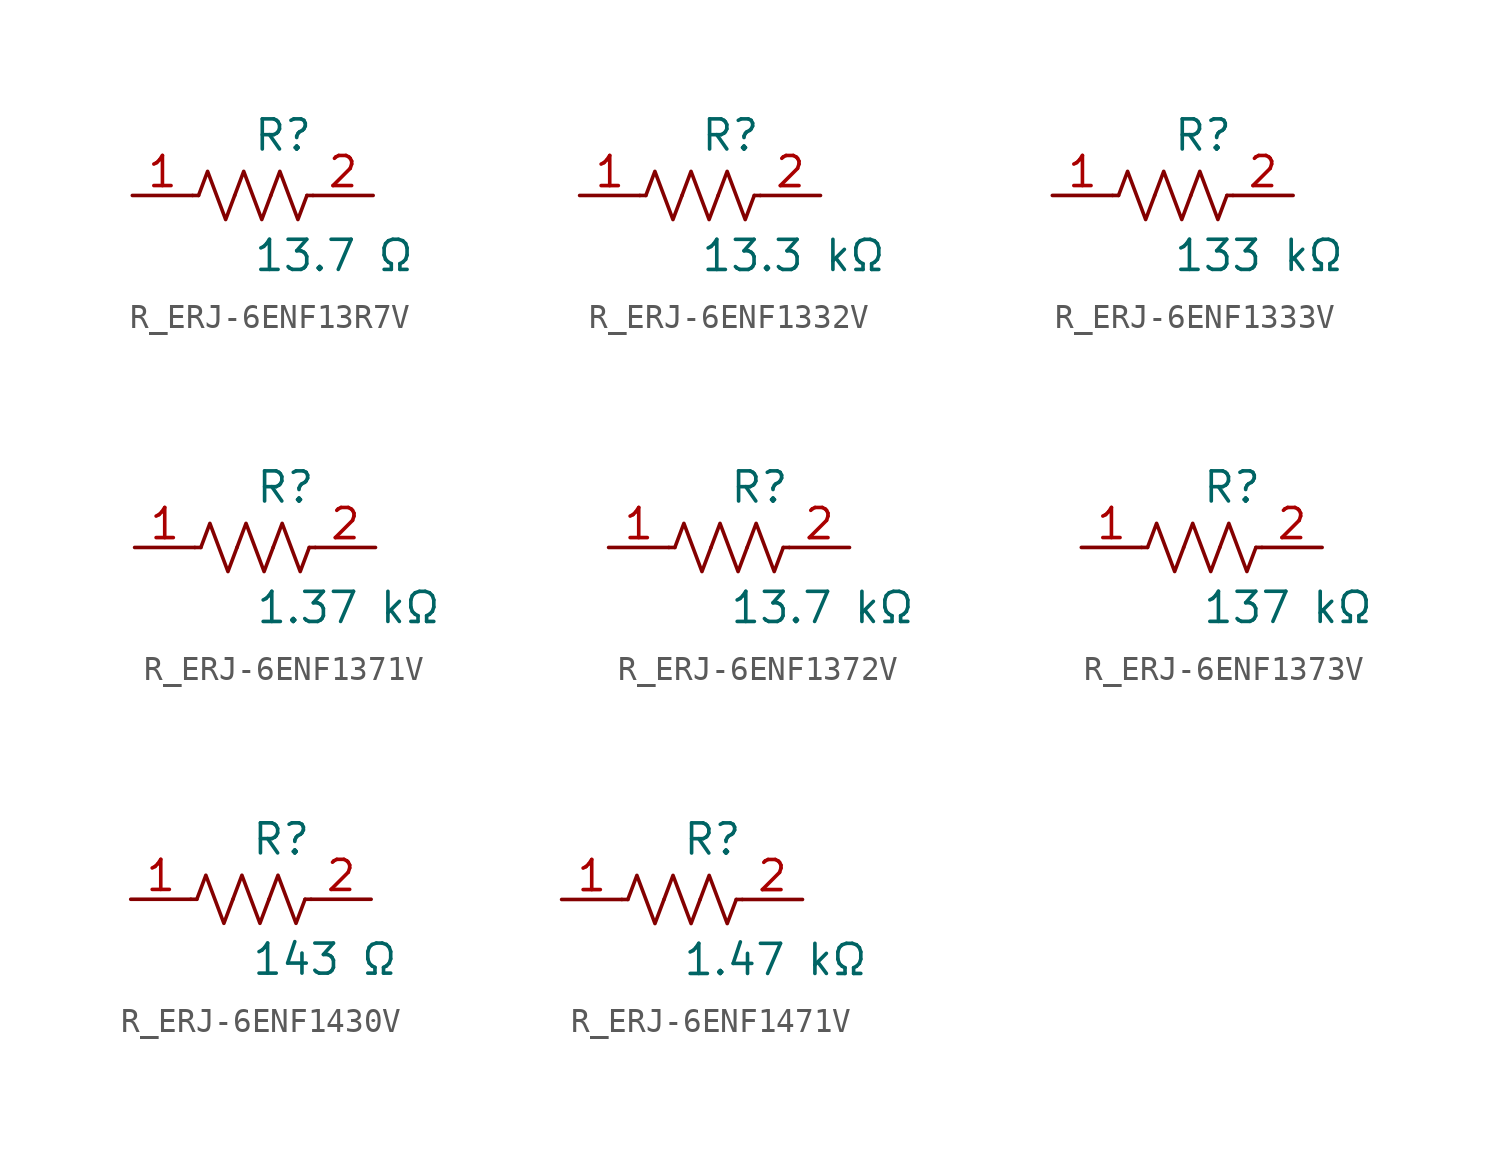
<source format=kicad_sym>
(kicad_symbol_lib
  (version 20231120)
  (generator kicad_symbol_editor)
  (generator_version 8.0)
  (symbol "R_ERJ-6ENF13R7V"
    (pin_names
      (offset 0.254))
    (property "Reference" "R"
      (at 0.0 2.54 0)
      (effects (font (size 1.27 1.27)) (justify left)))
    (property "Value" "13.7 Ω"
      (at 0.0 -2.54 0)
      (effects (font (size 1.27 1.27)) (justify left)))
    (symbol "R_ERJ-6ENF13R7V_0_1"
      (polyline (pts (xy 2.286 0) (xy 2.54 0)) (stroke (width 0) (type default)) (fill (type none)))
      (polyline (pts (xy -2.286 0) (xy -2.54 0)) (stroke (width 0) (type default)) (fill (type none)))
      (polyline (pts (xy 0.762 0) (xy 1.143 1.016) (xy 1.524 0) (xy 1.905 -1.016) (xy 2.286 0)) (stroke (width 0) (type default)) (fill (type none)))
      (polyline (pts (xy -0.762 0) (xy -0.381 1.016) (xy 0 0) (xy 0.381 -1.016) (xy 0.762 0)) (stroke (width 0) (type default)) (fill (type none)))
      (polyline (pts (xy -2.286 0) (xy -1.905 1.016) (xy -1.524 0) (xy -1.143 -1.016) (xy -0.762 0)) (stroke (width 0) (type default)) (fill (type none))))
    (pin unspecified line
      (at -5.08 0 0)
      (length 2.54)
      (name "" (effects (font (size 1.27 1.27))))
      (number "1" (effects (font (size 1.27 1.27)))))
    (pin unspecified line
      (at 5.08 0 180)
      (length 2.54)
      (name "" (effects (font (size 1.27 1.27))))
      (number "2" (effects (font (size 1.27 1.27))))))
  (symbol "R_ERJ-6ENF1332V"
    (pin_names
      (offset 0.254))
    (property "Reference" "R"
      (at 0.0 2.54 0)
      (effects (font (size 1.27 1.27)) (justify left)))
    (property "Value" "13.3 kΩ"
      (at 0.0 -2.54 0)
      (effects (font (size 1.27 1.27)) (justify left)))
    (symbol "R_ERJ-6ENF1332V_0_1"
      (polyline (pts (xy 2.286 0) (xy 2.54 0)) (stroke (width 0) (type default)) (fill (type none)))
      (polyline (pts (xy -2.286 0) (xy -2.54 0)) (stroke (width 0) (type default)) (fill (type none)))
      (polyline (pts (xy 0.762 0) (xy 1.143 1.016) (xy 1.524 0) (xy 1.905 -1.016) (xy 2.286 0)) (stroke (width 0) (type default)) (fill (type none)))
      (polyline (pts (xy -0.762 0) (xy -0.381 1.016) (xy 0 0) (xy 0.381 -1.016) (xy 0.762 0)) (stroke (width 0) (type default)) (fill (type none)))
      (polyline (pts (xy -2.286 0) (xy -1.905 1.016) (xy -1.524 0) (xy -1.143 -1.016) (xy -0.762 0)) (stroke (width 0) (type default)) (fill (type none))))
    (pin unspecified line
      (at -5.08 0 0)
      (length 2.54)
      (name "" (effects (font (size 1.27 1.27))))
      (number "1" (effects (font (size 1.27 1.27)))))
    (pin unspecified line
      (at 5.08 0 180)
      (length 2.54)
      (name "" (effects (font (size 1.27 1.27))))
      (number "2" (effects (font (size 1.27 1.27))))))
  (symbol "R_ERJ-6ENF1333V"
    (pin_names
      (offset 0.254))
    (property "Reference" "R"
      (at 0.0 2.54 0)
      (effects (font (size 1.27 1.27)) (justify left)))
    (property "Value" "133 kΩ"
      (at 0.0 -2.54 0)
      (effects (font (size 1.27 1.27)) (justify left)))
    (symbol "R_ERJ-6ENF1333V_0_1"
      (polyline (pts (xy 2.286 0) (xy 2.54 0)) (stroke (width 0) (type default)) (fill (type none)))
      (polyline (pts (xy -2.286 0) (xy -2.54 0)) (stroke (width 0) (type default)) (fill (type none)))
      (polyline (pts (xy 0.762 0) (xy 1.143 1.016) (xy 1.524 0) (xy 1.905 -1.016) (xy 2.286 0)) (stroke (width 0) (type default)) (fill (type none)))
      (polyline (pts (xy -0.762 0) (xy -0.381 1.016) (xy 0 0) (xy 0.381 -1.016) (xy 0.762 0)) (stroke (width 0) (type default)) (fill (type none)))
      (polyline (pts (xy -2.286 0) (xy -1.905 1.016) (xy -1.524 0) (xy -1.143 -1.016) (xy -0.762 0)) (stroke (width 0) (type default)) (fill (type none))))
    (pin unspecified line
      (at -5.08 0 0)
      (length 2.54)
      (name "" (effects (font (size 1.27 1.27))))
      (number "1" (effects (font (size 1.27 1.27)))))
    (pin unspecified line
      (at 5.08 0 180)
      (length 2.54)
      (name "" (effects (font (size 1.27 1.27))))
      (number "2" (effects (font (size 1.27 1.27))))))
  (symbol "R_ERJ-6ENF1371V"
    (pin_names
      (offset 0.254))
    (property "Reference" "R"
      (at 0.0 2.54 0)
      (effects (font (size 1.27 1.27)) (justify left)))
    (property "Value" "1.37 kΩ"
      (at 0.0 -2.54 0)
      (effects (font (size 1.27 1.27)) (justify left)))
    (symbol "R_ERJ-6ENF1371V_0_1"
      (polyline (pts (xy 2.286 0) (xy 2.54 0)) (stroke (width 0) (type default)) (fill (type none)))
      (polyline (pts (xy -2.286 0) (xy -2.54 0)) (stroke (width 0) (type default)) (fill (type none)))
      (polyline (pts (xy 0.762 0) (xy 1.143 1.016) (xy 1.524 0) (xy 1.905 -1.016) (xy 2.286 0)) (stroke (width 0) (type default)) (fill (type none)))
      (polyline (pts (xy -0.762 0) (xy -0.381 1.016) (xy 0 0) (xy 0.381 -1.016) (xy 0.762 0)) (stroke (width 0) (type default)) (fill (type none)))
      (polyline (pts (xy -2.286 0) (xy -1.905 1.016) (xy -1.524 0) (xy -1.143 -1.016) (xy -0.762 0)) (stroke (width 0) (type default)) (fill (type none))))
    (pin unspecified line
      (at -5.08 0 0)
      (length 2.54)
      (name "" (effects (font (size 1.27 1.27))))
      (number "1" (effects (font (size 1.27 1.27)))))
    (pin unspecified line
      (at 5.08 0 180)
      (length 2.54)
      (name "" (effects (font (size 1.27 1.27))))
      (number "2" (effects (font (size 1.27 1.27))))))
  (symbol "R_ERJ-6ENF1372V"
    (pin_names
      (offset 0.254))
    (property "Reference" "R"
      (at 0.0 2.54 0)
      (effects (font (size 1.27 1.27)) (justify left)))
    (property "Value" "13.7 kΩ"
      (at 0.0 -2.54 0)
      (effects (font (size 1.27 1.27)) (justify left)))
    (symbol "R_ERJ-6ENF1372V_0_1"
      (polyline (pts (xy 2.286 0) (xy 2.54 0)) (stroke (width 0) (type default)) (fill (type none)))
      (polyline (pts (xy -2.286 0) (xy -2.54 0)) (stroke (width 0) (type default)) (fill (type none)))
      (polyline (pts (xy 0.762 0) (xy 1.143 1.016) (xy 1.524 0) (xy 1.905 -1.016) (xy 2.286 0)) (stroke (width 0) (type default)) (fill (type none)))
      (polyline (pts (xy -0.762 0) (xy -0.381 1.016) (xy 0 0) (xy 0.381 -1.016) (xy 0.762 0)) (stroke (width 0) (type default)) (fill (type none)))
      (polyline (pts (xy -2.286 0) (xy -1.905 1.016) (xy -1.524 0) (xy -1.143 -1.016) (xy -0.762 0)) (stroke (width 0) (type default)) (fill (type none))))
    (pin unspecified line
      (at -5.08 0 0)
      (length 2.54)
      (name "" (effects (font (size 1.27 1.27))))
      (number "1" (effects (font (size 1.27 1.27)))))
    (pin unspecified line
      (at 5.08 0 180)
      (length 2.54)
      (name "" (effects (font (size 1.27 1.27))))
      (number "2" (effects (font (size 1.27 1.27))))))
  (symbol "R_ERJ-6ENF1373V"
    (pin_names
      (offset 0.254))
    (property "Reference" "R"
      (at 0.0 2.54 0)
      (effects (font (size 1.27 1.27)) (justify left)))
    (property "Value" "137 kΩ"
      (at 0.0 -2.54 0)
      (effects (font (size 1.27 1.27)) (justify left)))
    (symbol "R_ERJ-6ENF1373V_0_1"
      (polyline (pts (xy 2.286 0) (xy 2.54 0)) (stroke (width 0) (type default)) (fill (type none)))
      (polyline (pts (xy -2.286 0) (xy -2.54 0)) (stroke (width 0) (type default)) (fill (type none)))
      (polyline (pts (xy 0.762 0) (xy 1.143 1.016) (xy 1.524 0) (xy 1.905 -1.016) (xy 2.286 0)) (stroke (width 0) (type default)) (fill (type none)))
      (polyline (pts (xy -0.762 0) (xy -0.381 1.016) (xy 0 0) (xy 0.381 -1.016) (xy 0.762 0)) (stroke (width 0) (type default)) (fill (type none)))
      (polyline (pts (xy -2.286 0) (xy -1.905 1.016) (xy -1.524 0) (xy -1.143 -1.016) (xy -0.762 0)) (stroke (width 0) (type default)) (fill (type none))))
    (pin unspecified line
      (at -5.08 0 0)
      (length 2.54)
      (name "" (effects (font (size 1.27 1.27))))
      (number "1" (effects (font (size 1.27 1.27)))))
    (pin unspecified line
      (at 5.08 0 180)
      (length 2.54)
      (name "" (effects (font (size 1.27 1.27))))
      (number "2" (effects (font (size 1.27 1.27))))))
  (symbol "R_ERJ-6ENF1430V"
    (pin_names
      (offset 0.254))
    (property "Reference" "R"
      (at 0.0 2.54 0)
      (effects (font (size 1.27 1.27)) (justify left)))
    (property "Value" "143 Ω"
      (at 0.0 -2.54 0)
      (effects (font (size 1.27 1.27)) (justify left)))
    (symbol "R_ERJ-6ENF1430V_0_1"
      (polyline (pts (xy 2.286 0) (xy 2.54 0)) (stroke (width 0) (type default)) (fill (type none)))
      (polyline (pts (xy -2.286 0) (xy -2.54 0)) (stroke (width 0) (type default)) (fill (type none)))
      (polyline (pts (xy 0.762 0) (xy 1.143 1.016) (xy 1.524 0) (xy 1.905 -1.016) (xy 2.286 0)) (stroke (width 0) (type default)) (fill (type none)))
      (polyline (pts (xy -0.762 0) (xy -0.381 1.016) (xy 0 0) (xy 0.381 -1.016) (xy 0.762 0)) (stroke (width 0) (type default)) (fill (type none)))
      (polyline (pts (xy -2.286 0) (xy -1.905 1.016) (xy -1.524 0) (xy -1.143 -1.016) (xy -0.762 0)) (stroke (width 0) (type default)) (fill (type none))))
    (pin unspecified line
      (at -5.08 0 0)
      (length 2.54)
      (name "" (effects (font (size 1.27 1.27))))
      (number "1" (effects (font (size 1.27 1.27)))))
    (pin unspecified line
      (at 5.08 0 180)
      (length 2.54)
      (name "" (effects (font (size 1.27 1.27))))
      (number "2" (effects (font (size 1.27 1.27))))))
  (symbol "R_ERJ-6ENF1471V"
    (pin_names
      (offset 0.254))
    (property "Reference" "R"
      (at 0.0 2.54 0)
      (effects (font (size 1.27 1.27)) (justify left)))
    (property "Value" "1.47 kΩ"
      (at 0.0 -2.54 0)
      (effects (font (size 1.27 1.27)) (justify left)))
    (symbol "R_ERJ-6ENF1471V_0_1"
      (polyline (pts (xy 2.286 0) (xy 2.54 0)) (stroke (width 0) (type default)) (fill (type none)))
      (polyline (pts (xy -2.286 0) (xy -2.54 0)) (stroke (width 0) (type default)) (fill (type none)))
      (polyline (pts (xy 0.762 0) (xy 1.143 1.016) (xy 1.524 0) (xy 1.905 -1.016) (xy 2.286 0)) (stroke (width 0) (type default)) (fill (type none)))
      (polyline (pts (xy -0.762 0) (xy -0.381 1.016) (xy 0 0) (xy 0.381 -1.016) (xy 0.762 0)) (stroke (width 0) (type default)) (fill (type none)))
      (polyline (pts (xy -2.286 0) (xy -1.905 1.016) (xy -1.524 0) (xy -1.143 -1.016) (xy -0.762 0)) (stroke (width 0) (type default)) (fill (type none))))
    (pin unspecified line
      (at -5.08 0 0)
      (length 2.54)
      (name "" (effects (font (size 1.27 1.27))))
      (number "1" (effects (font (size 1.27 1.27)))))
    (pin unspecified line
      (at 5.08 0 180)
      (length 2.54)
      (name "" (effects (font (size 1.27 1.27))))
      (number "2" (effects (font (size 1.27 1.27)))))))
</source>
